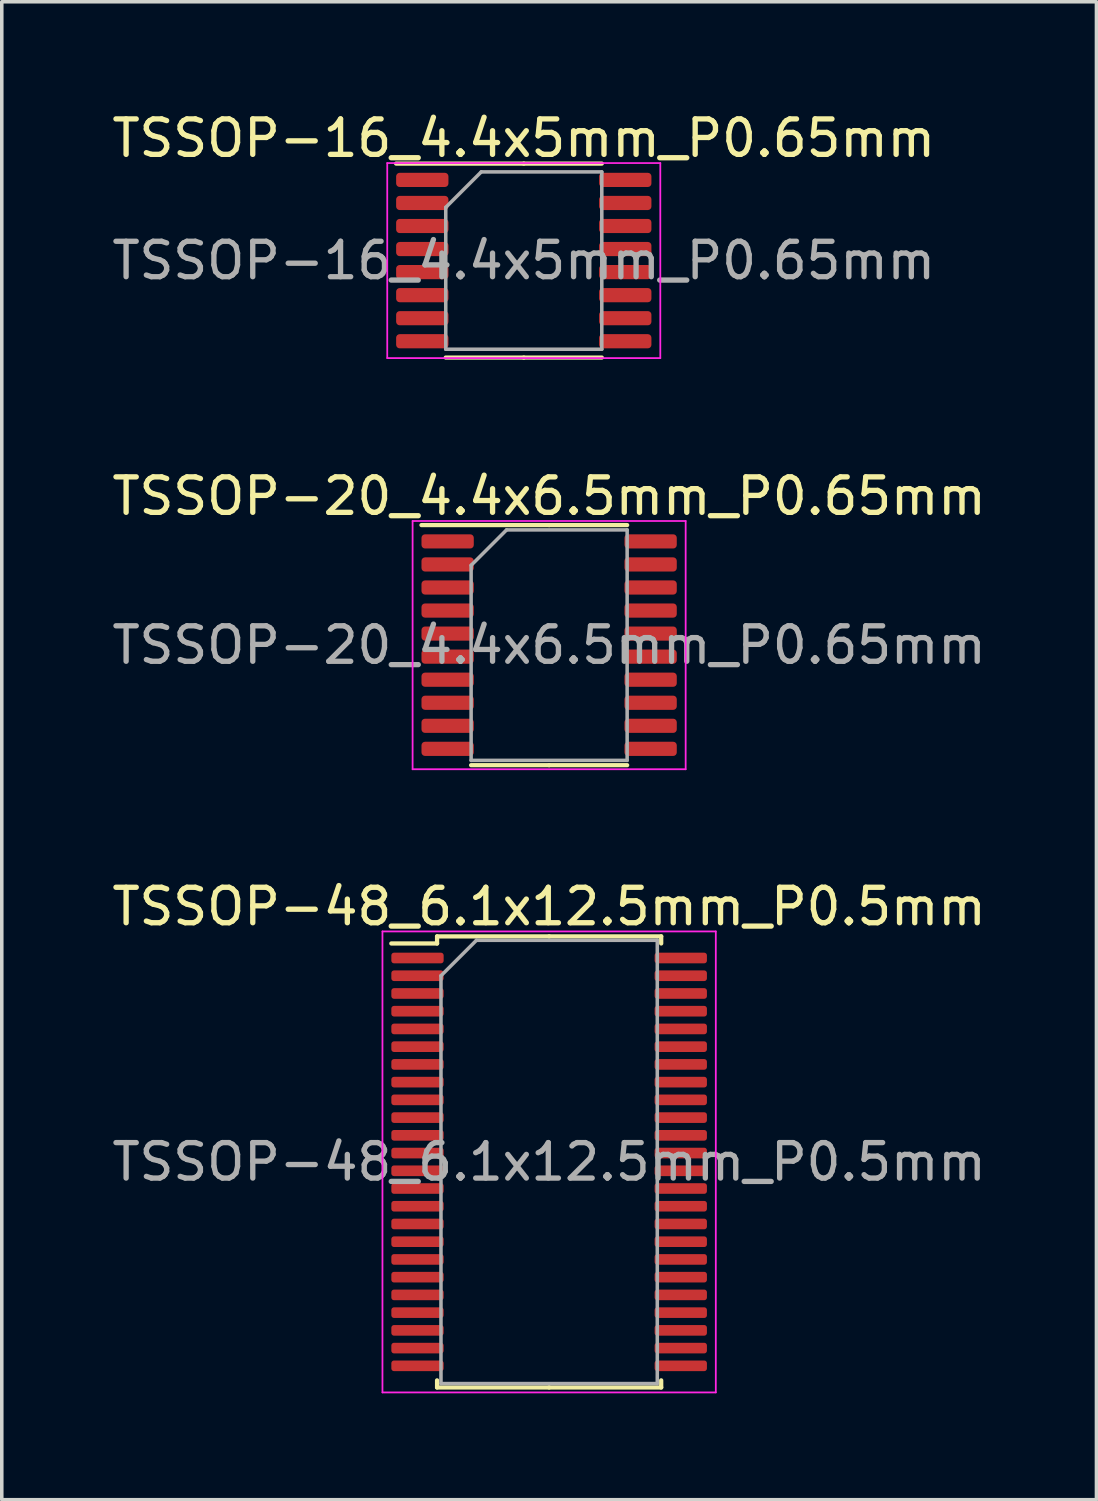
<source format=kicad_pcb>
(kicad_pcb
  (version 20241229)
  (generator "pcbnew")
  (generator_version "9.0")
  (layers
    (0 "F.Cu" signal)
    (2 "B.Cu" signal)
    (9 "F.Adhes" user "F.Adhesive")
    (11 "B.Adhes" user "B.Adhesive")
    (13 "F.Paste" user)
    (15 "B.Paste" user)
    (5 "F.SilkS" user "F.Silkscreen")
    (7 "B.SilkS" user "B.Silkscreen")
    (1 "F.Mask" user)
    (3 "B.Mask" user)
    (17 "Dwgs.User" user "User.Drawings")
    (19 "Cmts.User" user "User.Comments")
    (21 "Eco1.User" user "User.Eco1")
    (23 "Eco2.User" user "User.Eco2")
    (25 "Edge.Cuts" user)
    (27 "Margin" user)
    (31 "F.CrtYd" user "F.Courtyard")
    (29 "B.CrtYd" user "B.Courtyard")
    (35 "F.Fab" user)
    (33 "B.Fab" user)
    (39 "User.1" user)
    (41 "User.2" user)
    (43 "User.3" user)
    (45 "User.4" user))
  (footprint "TSSOP-16_4.4x5mm_P0.65mm"
    (layer "F.Cu")
    (at 11.72 4.298)
    (property "Reference" "TSSOP-16_4.4x5mm_P0.65mm" (at 0 -3.45 0) (layer "F.SilkS") (effects (font (size 1 1) (thickness 0.15))))
    (attr smd)
    (fp_line (start 0 -2.735) (end -3.6 -2.735) (stroke (width 0.12) (type solid)) (layer "F.SilkS"))
    (fp_line (start 0 -2.735) (end 2.2 -2.735) (stroke (width 0.12) (type solid)) (layer "F.SilkS"))
    (fp_line (start 0 2.735) (end -2.2 2.735) (stroke (width 0.12) (type solid)) (layer "F.SilkS"))
    (fp_line (start 0 2.735) (end 2.2 2.735) (stroke (width 0.12) (type solid)) (layer "F.SilkS"))
    (fp_line (start -3.85 -2.75) (end -3.85 2.75) (stroke (width 0.05) (type solid)) (layer "F.CrtYd"))
    (fp_line (start -3.85 2.75) (end 3.85 2.75) (stroke (width 0.05) (type solid)) (layer "F.CrtYd"))
    (fp_line (start 3.85 -2.75) (end -3.85 -2.75) (stroke (width 0.05) (type solid)) (layer "F.CrtYd"))
    (fp_line (start 3.85 2.75) (end 3.85 -2.75) (stroke (width 0.05) (type solid)) (layer "F.CrtYd"))
    (fp_line (start -2.2 -1.5) (end -1.2 -2.5) (stroke (width 0.1) (type solid)) (layer "F.Fab"))
    (fp_line (start -2.2 2.5) (end -2.2 -1.5) (stroke (width 0.1) (type solid)) (layer "F.Fab"))
    (fp_line (start -1.2 -2.5) (end 2.2 -2.5) (stroke (width 0.1) (type solid)) (layer "F.Fab"))
    (fp_line (start 2.2 -2.5) (end 2.2 2.5) (stroke (width 0.1) (type solid)) (layer "F.Fab"))
    (fp_line (start 2.2 2.5) (end -2.2 2.5) (stroke (width 0.1) (type solid)) (layer "F.Fab"))
    (fp_text user "${REFERENCE}" (at 0 0 0) (layer "F.Fab") (effects (font (size 1 1) (thickness 0.15))))
    (pad "1" smd roundrect (at -2.862 -2.275) (size 1.475 0.4) (layers "F.Cu" "F.Mask" "F.Paste") (roundrect_rratio 0.25))
    (pad "2" smd roundrect (at -2.862 -1.625) (size 1.475 0.4) (layers "F.Cu" "F.Mask" "F.Paste") (roundrect_rratio 0.25))
    (pad "3" smd roundrect (at -2.862 -0.975) (size 1.475 0.4) (layers "F.Cu" "F.Mask" "F.Paste") (roundrect_rratio 0.25))
    (pad "4" smd roundrect (at -2.862 -0.325) (size 1.475 0.4) (layers "F.Cu" "F.Mask" "F.Paste") (roundrect_rratio 0.25))
    (pad "5" smd roundrect (at -2.862 0.325) (size 1.475 0.4) (layers "F.Cu" "F.Mask" "F.Paste") (roundrect_rratio 0.25))
    (pad "6" smd roundrect (at -2.862 0.975) (size 1.475 0.4) (layers "F.Cu" "F.Mask" "F.Paste") (roundrect_rratio 0.25))
    (pad "7" smd roundrect (at -2.862 1.625) (size 1.475 0.4) (layers "F.Cu" "F.Mask" "F.Paste") (roundrect_rratio 0.25))
    (pad "8" smd roundrect (at -2.862 2.275) (size 1.475 0.4) (layers "F.Cu" "F.Mask" "F.Paste") (roundrect_rratio 0.25))
    (pad "9" smd roundrect (at 2.862 2.275) (size 1.475 0.4) (layers "F.Cu" "F.Mask" "F.Paste") (roundrect_rratio 0.25))
    (pad "10" smd roundrect (at 2.862 1.625) (size 1.475 0.4) (layers "F.Cu" "F.Mask" "F.Paste") (roundrect_rratio 0.25))
    (pad "11" smd roundrect (at 2.862 0.975) (size 1.475 0.4) (layers "F.Cu" "F.Mask" "F.Paste") (roundrect_rratio 0.25))
    (pad "12" smd roundrect (at 2.862 0.325) (size 1.475 0.4) (layers "F.Cu" "F.Mask" "F.Paste") (roundrect_rratio 0.25))
    (pad "13" smd roundrect (at 2.862 -0.325) (size 1.475 0.4) (layers "F.Cu" "F.Mask" "F.Paste") (roundrect_rratio 0.25))
    (pad "14" smd roundrect (at 2.862 -0.975) (size 1.475 0.4) (layers "F.Cu" "F.Mask" "F.Paste") (roundrect_rratio 0.25))
    (pad "15" smd roundrect (at 2.862 -1.625) (size 1.475 0.4) (layers "F.Cu" "F.Mask" "F.Paste") (roundrect_rratio 0.25))
    (pad "16" smd roundrect (at 2.862 -2.275) (size 1.475 0.4) (layers "F.Cu" "F.Mask" "F.Paste") (roundrect_rratio 0.25)))
  (footprint "TSSOP-48_6.1x12.5mm_P0.5mm"
    (layer "F.Cu")
    (at 12.435 29.715)
    (property "Reference" "TSSOP-48_6.1x12.5mm_P0.5mm" (at 0 -7.2 180) (layer "F.SilkS") (effects (font (size 1 1) (thickness 0.15))))
    (attr smd)
    (fp_line (start -3.16 -6.36) (end -3.16 -6.16) (stroke (width 0.12) (type solid)) (layer "F.SilkS"))
    (fp_line (start -3.16 -6.16) (end -4.45 -6.16) (stroke (width 0.12) (type solid)) (layer "F.SilkS"))
    (fp_line (start -3.16 6.36) (end -3.16 6.16) (stroke (width 0.12) (type solid)) (layer "F.SilkS"))
    (fp_line (start 0 -6.36) (end -3.16 -6.36) (stroke (width 0.12) (type solid)) (layer "F.SilkS"))
    (fp_line (start 0 -6.36) (end 3.16 -6.36) (stroke (width 0.12) (type solid)) (layer "F.SilkS"))
    (fp_line (start 0 6.36) (end -3.16 6.36) (stroke (width 0.12) (type solid)) (layer "F.SilkS"))
    (fp_line (start 0 6.36) (end 3.16 6.36) (stroke (width 0.12) (type solid)) (layer "F.SilkS"))
    (fp_line (start 3.16 -6.36) (end 3.16 -6.16) (stroke (width 0.12) (type solid)) (layer "F.SilkS"))
    (fp_line (start 3.16 6.36) (end 3.16 6.16) (stroke (width 0.12) (type solid)) (layer "F.SilkS"))
    (fp_line (start -4.7 -6.5) (end -4.7 6.5) (stroke (width 0.05) (type solid)) (layer "F.CrtYd"))
    (fp_line (start -4.7 6.5) (end 4.7 6.5) (stroke (width 0.05) (type solid)) (layer "F.CrtYd"))
    (fp_line (start 4.7 -6.5) (end -4.7 -6.5) (stroke (width 0.05) (type solid)) (layer "F.CrtYd"))
    (fp_line (start 4.7 6.5) (end 4.7 -6.5) (stroke (width 0.05) (type solid)) (layer "F.CrtYd"))
    (fp_line (start -3.05 -5.25) (end -2.05 -6.25) (stroke (width 0.1) (type solid)) (layer "F.Fab"))
    (fp_line (start -3.05 6.25) (end -3.05 -5.25) (stroke (width 0.1) (type solid)) (layer "F.Fab"))
    (fp_line (start -2.05 -6.25) (end 3.05 -6.25) (stroke (width 0.1) (type solid)) (layer "F.Fab"))
    (fp_line (start 3.05 -6.25) (end 3.05 6.25) (stroke (width 0.1) (type solid)) (layer "F.Fab"))
    (fp_line (start 3.05 6.25) (end -3.05 6.25) (stroke (width 0.1) (type solid)) (layer "F.Fab"))
    (fp_text user "${REFERENCE}" (at 0 0 180) (layer "F.Fab") (effects (font (size 1 1) (thickness 0.15))))
    (pad "1" smd roundrect (at -3.712 -5.75) (size 1.475 0.3) (layers "F.Cu" "F.Mask" "F.Paste") (roundrect_rratio 0.25))
    (pad "2" smd roundrect (at -3.712 -5.25) (size 1.475 0.3) (layers "F.Cu" "F.Mask" "F.Paste") (roundrect_rratio 0.25))
    (pad "3" smd roundrect (at -3.712 -4.75) (size 1.475 0.3) (layers "F.Cu" "F.Mask" "F.Paste") (roundrect_rratio 0.25))
    (pad "4" smd roundrect (at -3.712 -4.25) (size 1.475 0.3) (layers "F.Cu" "F.Mask" "F.Paste") (roundrect_rratio 0.25))
    (pad "5" smd roundrect (at -3.712 -3.75) (size 1.475 0.3) (layers "F.Cu" "F.Mask" "F.Paste") (roundrect_rratio 0.25))
    (pad "6" smd roundrect (at -3.712 -3.25) (size 1.475 0.3) (layers "F.Cu" "F.Mask" "F.Paste") (roundrect_rratio 0.25))
    (pad "7" smd roundrect (at -3.712 -2.75) (size 1.475 0.3) (layers "F.Cu" "F.Mask" "F.Paste") (roundrect_rratio 0.25))
    (pad "8" smd roundrect (at -3.712 -2.25) (size 1.475 0.3) (layers "F.Cu" "F.Mask" "F.Paste") (roundrect_rratio 0.25))
    (pad "9" smd roundrect (at -3.712 -1.75) (size 1.475 0.3) (layers "F.Cu" "F.Mask" "F.Paste") (roundrect_rratio 0.25))
    (pad "10" smd roundrect (at -3.712 -1.25) (size 1.475 0.3) (layers "F.Cu" "F.Mask" "F.Paste") (roundrect_rratio 0.25))
    (pad "11" smd roundrect (at -3.712 -0.75) (size 1.475 0.3) (layers "F.Cu" "F.Mask" "F.Paste") (roundrect_rratio 0.25))
    (pad "12" smd roundrect (at -3.712 -0.25) (size 1.475 0.3) (layers "F.Cu" "F.Mask" "F.Paste") (roundrect_rratio 0.25))
    (pad "13" smd roundrect (at -3.712 0.25) (size 1.475 0.3) (layers "F.Cu" "F.Mask" "F.Paste") (roundrect_rratio 0.25))
    (pad "14" smd roundrect (at -3.712 0.75) (size 1.475 0.3) (layers "F.Cu" "F.Mask" "F.Paste") (roundrect_rratio 0.25))
    (pad "15" smd roundrect (at -3.712 1.25) (size 1.475 0.3) (layers "F.Cu" "F.Mask" "F.Paste") (roundrect_rratio 0.25))
    (pad "16" smd roundrect (at -3.712 1.75) (size 1.475 0.3) (layers "F.Cu" "F.Mask" "F.Paste") (roundrect_rratio 0.25))
    (pad "17" smd roundrect (at -3.712 2.25) (size 1.475 0.3) (layers "F.Cu" "F.Mask" "F.Paste") (roundrect_rratio 0.25))
    (pad "18" smd roundrect (at -3.712 2.75) (size 1.475 0.3) (layers "F.Cu" "F.Mask" "F.Paste") (roundrect_rratio 0.25))
    (pad "19" smd roundrect (at -3.712 3.25) (size 1.475 0.3) (layers "F.Cu" "F.Mask" "F.Paste") (roundrect_rratio 0.25))
    (pad "20" smd roundrect (at -3.712 3.75) (size 1.475 0.3) (layers "F.Cu" "F.Mask" "F.Paste") (roundrect_rratio 0.25))
    (pad "21" smd roundrect (at -3.712 4.25) (size 1.475 0.3) (layers "F.Cu" "F.Mask" "F.Paste") (roundrect_rratio 0.25))
    (pad "22" smd roundrect (at -3.712 4.75) (size 1.475 0.3) (layers "F.Cu" "F.Mask" "F.Paste") (roundrect_rratio 0.25))
    (pad "23" smd roundrect (at -3.712 5.25) (size 1.475 0.3) (layers "F.Cu" "F.Mask" "F.Paste") (roundrect_rratio 0.25))
    (pad "24" smd roundrect (at -3.712 5.75) (size 1.475 0.3) (layers "F.Cu" "F.Mask" "F.Paste") (roundrect_rratio 0.25))
    (pad "25" smd roundrect (at 3.712 5.75) (size 1.475 0.3) (layers "F.Cu" "F.Mask" "F.Paste") (roundrect_rratio 0.25))
    (pad "26" smd roundrect (at 3.712 5.25) (size 1.475 0.3) (layers "F.Cu" "F.Mask" "F.Paste") (roundrect_rratio 0.25))
    (pad "27" smd roundrect (at 3.712 4.75) (size 1.475 0.3) (layers "F.Cu" "F.Mask" "F.Paste") (roundrect_rratio 0.25))
    (pad "28" smd roundrect (at 3.712 4.25) (size 1.475 0.3) (layers "F.Cu" "F.Mask" "F.Paste") (roundrect_rratio 0.25))
    (pad "29" smd roundrect (at 3.712 3.75) (size 1.475 0.3) (layers "F.Cu" "F.Mask" "F.Paste") (roundrect_rratio 0.25))
    (pad "30" smd roundrect (at 3.712 3.25) (size 1.475 0.3) (layers "F.Cu" "F.Mask" "F.Paste") (roundrect_rratio 0.25))
    (pad "31" smd roundrect (at 3.712 2.75) (size 1.475 0.3) (layers "F.Cu" "F.Mask" "F.Paste") (roundrect_rratio 0.25))
    (pad "32" smd roundrect (at 3.712 2.25) (size 1.475 0.3) (layers "F.Cu" "F.Mask" "F.Paste") (roundrect_rratio 0.25))
    (pad "33" smd roundrect (at 3.712 1.75) (size 1.475 0.3) (layers "F.Cu" "F.Mask" "F.Paste") (roundrect_rratio 0.25))
    (pad "34" smd roundrect (at 3.712 1.25) (size 1.475 0.3) (layers "F.Cu" "F.Mask" "F.Paste") (roundrect_rratio 0.25))
    (pad "35" smd roundrect (at 3.712 0.75) (size 1.475 0.3) (layers "F.Cu" "F.Mask" "F.Paste") (roundrect_rratio 0.25))
    (pad "36" smd roundrect (at 3.712 0.25) (size 1.475 0.3) (layers "F.Cu" "F.Mask" "F.Paste") (roundrect_rratio 0.25))
    (pad "37" smd roundrect (at 3.712 -0.25) (size 1.475 0.3) (layers "F.Cu" "F.Mask" "F.Paste") (roundrect_rratio 0.25))
    (pad "38" smd roundrect (at 3.712 -0.75) (size 1.475 0.3) (layers "F.Cu" "F.Mask" "F.Paste") (roundrect_rratio 0.25))
    (pad "39" smd roundrect (at 3.712 -1.25) (size 1.475 0.3) (layers "F.Cu" "F.Mask" "F.Paste") (roundrect_rratio 0.25))
    (pad "40" smd roundrect (at 3.712 -1.75) (size 1.475 0.3) (layers "F.Cu" "F.Mask" "F.Paste") (roundrect_rratio 0.25))
    (pad "41" smd roundrect (at 3.712 -2.25) (size 1.475 0.3) (layers "F.Cu" "F.Mask" "F.Paste") (roundrect_rratio 0.25))
    (pad "42" smd roundrect (at 3.712 -2.75) (size 1.475 0.3) (layers "F.Cu" "F.Mask" "F.Paste") (roundrect_rratio 0.25))
    (pad "43" smd roundrect (at 3.712 -3.25) (size 1.475 0.3) (layers "F.Cu" "F.Mask" "F.Paste") (roundrect_rratio 0.25))
    (pad "44" smd roundrect (at 3.712 -3.75) (size 1.475 0.3) (layers "F.Cu" "F.Mask" "F.Paste") (roundrect_rratio 0.25))
    (pad "45" smd roundrect (at 3.712 -4.25) (size 1.475 0.3) (layers "F.Cu" "F.Mask" "F.Paste") (roundrect_rratio 0.25))
    (pad "46" smd roundrect (at 3.712 -4.75) (size 1.475 0.3) (layers "F.Cu" "F.Mask" "F.Paste") (roundrect_rratio 0.25))
    (pad "47" smd roundrect (at 3.712 -5.25) (size 1.475 0.3) (layers "F.Cu" "F.Mask" "F.Paste") (roundrect_rratio 0.25))
    (pad "48" smd roundrect (at 3.712 -5.75) (size 1.475 0.3) (layers "F.Cu" "F.Mask" "F.Paste") (roundrect_rratio 0.25)))
  (footprint "TSSOP-20_4.4x6.5mm_P0.65mm"
    (layer "F.Cu")
    (at 12.435 15.142)
    (property "Reference" "TSSOP-20_4.4x6.5mm_P0.65mm" (at 0 -4.2 0) (layer "F.SilkS") (effects (font (size 1 1) (thickness 0.15))))
    (attr smd)
    (fp_line (start 0 -3.385) (end -3.6 -3.385) (stroke (width 0.12) (type solid)) (layer "F.SilkS"))
    (fp_line (start 0 -3.385) (end 2.2 -3.385) (stroke (width 0.12) (type solid)) (layer "F.SilkS"))
    (fp_line (start 0 3.385) (end -2.2 3.385) (stroke (width 0.12) (type solid)) (layer "F.SilkS"))
    (fp_line (start 0 3.385) (end 2.2 3.385) (stroke (width 0.12) (type solid)) (layer "F.SilkS"))
    (fp_line (start -3.85 -3.5) (end -3.85 3.5) (stroke (width 0.05) (type solid)) (layer "F.CrtYd"))
    (fp_line (start -3.85 3.5) (end 3.85 3.5) (stroke (width 0.05) (type solid)) (layer "F.CrtYd"))
    (fp_line (start 3.85 -3.5) (end -3.85 -3.5) (stroke (width 0.05) (type solid)) (layer "F.CrtYd"))
    (fp_line (start 3.85 3.5) (end 3.85 -3.5) (stroke (width 0.05) (type solid)) (layer "F.CrtYd"))
    (fp_line (start -2.2 -2.25) (end -1.2 -3.25) (stroke (width 0.1) (type solid)) (layer "F.Fab"))
    (fp_line (start -2.2 3.25) (end -2.2 -2.25) (stroke (width 0.1) (type solid)) (layer "F.Fab"))
    (fp_line (start -1.2 -3.25) (end 2.2 -3.25) (stroke (width 0.1) (type solid)) (layer "F.Fab"))
    (fp_line (start 2.2 -3.25) (end 2.2 3.25) (stroke (width 0.1) (type solid)) (layer "F.Fab"))
    (fp_line (start 2.2 3.25) (end -2.2 3.25) (stroke (width 0.1) (type solid)) (layer "F.Fab"))
    (fp_text user "${REFERENCE}" (at 0 0 0) (layer "F.Fab") (effects (font (size 1 1) (thickness 0.15))))
    (pad "1" smd roundrect (at -2.862 -2.925) (size 1.475 0.4) (layers "F.Cu" "F.Mask" "F.Paste") (roundrect_rratio 0.25))
    (pad "2" smd roundrect (at -2.862 -2.275) (size 1.475 0.4) (layers "F.Cu" "F.Mask" "F.Paste") (roundrect_rratio 0.25))
    (pad "3" smd roundrect (at -2.862 -1.625) (size 1.475 0.4) (layers "F.Cu" "F.Mask" "F.Paste") (roundrect_rratio 0.25))
    (pad "4" smd roundrect (at -2.862 -0.975) (size 1.475 0.4) (layers "F.Cu" "F.Mask" "F.Paste") (roundrect_rratio 0.25))
    (pad "5" smd roundrect (at -2.862 -0.325) (size 1.475 0.4) (layers "F.Cu" "F.Mask" "F.Paste") (roundrect_rratio 0.25))
    (pad "6" smd roundrect (at -2.862 0.325) (size 1.475 0.4) (layers "F.Cu" "F.Mask" "F.Paste") (roundrect_rratio 0.25))
    (pad "7" smd roundrect (at -2.862 0.975) (size 1.475 0.4) (layers "F.Cu" "F.Mask" "F.Paste") (roundrect_rratio 0.25))
    (pad "8" smd roundrect (at -2.862 1.625) (size 1.475 0.4) (layers "F.Cu" "F.Mask" "F.Paste") (roundrect_rratio 0.25))
    (pad "9" smd roundrect (at -2.862 2.275) (size 1.475 0.4) (layers "F.Cu" "F.Mask" "F.Paste") (roundrect_rratio 0.25))
    (pad "10" smd roundrect (at -2.862 2.925) (size 1.475 0.4) (layers "F.Cu" "F.Mask" "F.Paste") (roundrect_rratio 0.25))
    (pad "11" smd roundrect (at 2.862 2.925) (size 1.475 0.4) (layers "F.Cu" "F.Mask" "F.Paste") (roundrect_rratio 0.25))
    (pad "12" smd roundrect (at 2.862 2.275) (size 1.475 0.4) (layers "F.Cu" "F.Mask" "F.Paste") (roundrect_rratio 0.25))
    (pad "13" smd roundrect (at 2.862 1.625) (size 1.475 0.4) (layers "F.Cu" "F.Mask" "F.Paste") (roundrect_rratio 0.25))
    (pad "14" smd roundrect (at 2.862 0.975) (size 1.475 0.4) (layers "F.Cu" "F.Mask" "F.Paste") (roundrect_rratio 0.25))
    (pad "15" smd roundrect (at 2.862 0.325) (size 1.475 0.4) (layers "F.Cu" "F.Mask" "F.Paste") (roundrect_rratio 0.25))
    (pad "16" smd roundrect (at 2.862 -0.325) (size 1.475 0.4) (layers "F.Cu" "F.Mask" "F.Paste") (roundrect_rratio 0.25))
    (pad "17" smd roundrect (at 2.862 -0.975) (size 1.475 0.4) (layers "F.Cu" "F.Mask" "F.Paste") (roundrect_rratio 0.25))
    (pad "18" smd roundrect (at 2.862 -1.625) (size 1.475 0.4) (layers "F.Cu" "F.Mask" "F.Paste") (roundrect_rratio 0.25))
    (pad "19" smd roundrect (at 2.862 -2.275) (size 1.475 0.4) (layers "F.Cu" "F.Mask" "F.Paste") (roundrect_rratio 0.25))
    (pad "20" smd roundrect (at 2.862 -2.925) (size 1.475 0.4) (layers "F.Cu" "F.Mask" "F.Paste") (roundrect_rratio 0.25)))
  (gr_rect
    (start -3 -3)
    (end 27.869 39.24)
    (stroke (width 0.1) (type default))
    (fill no)
    (layer "Edge.Cuts")))
</source>
